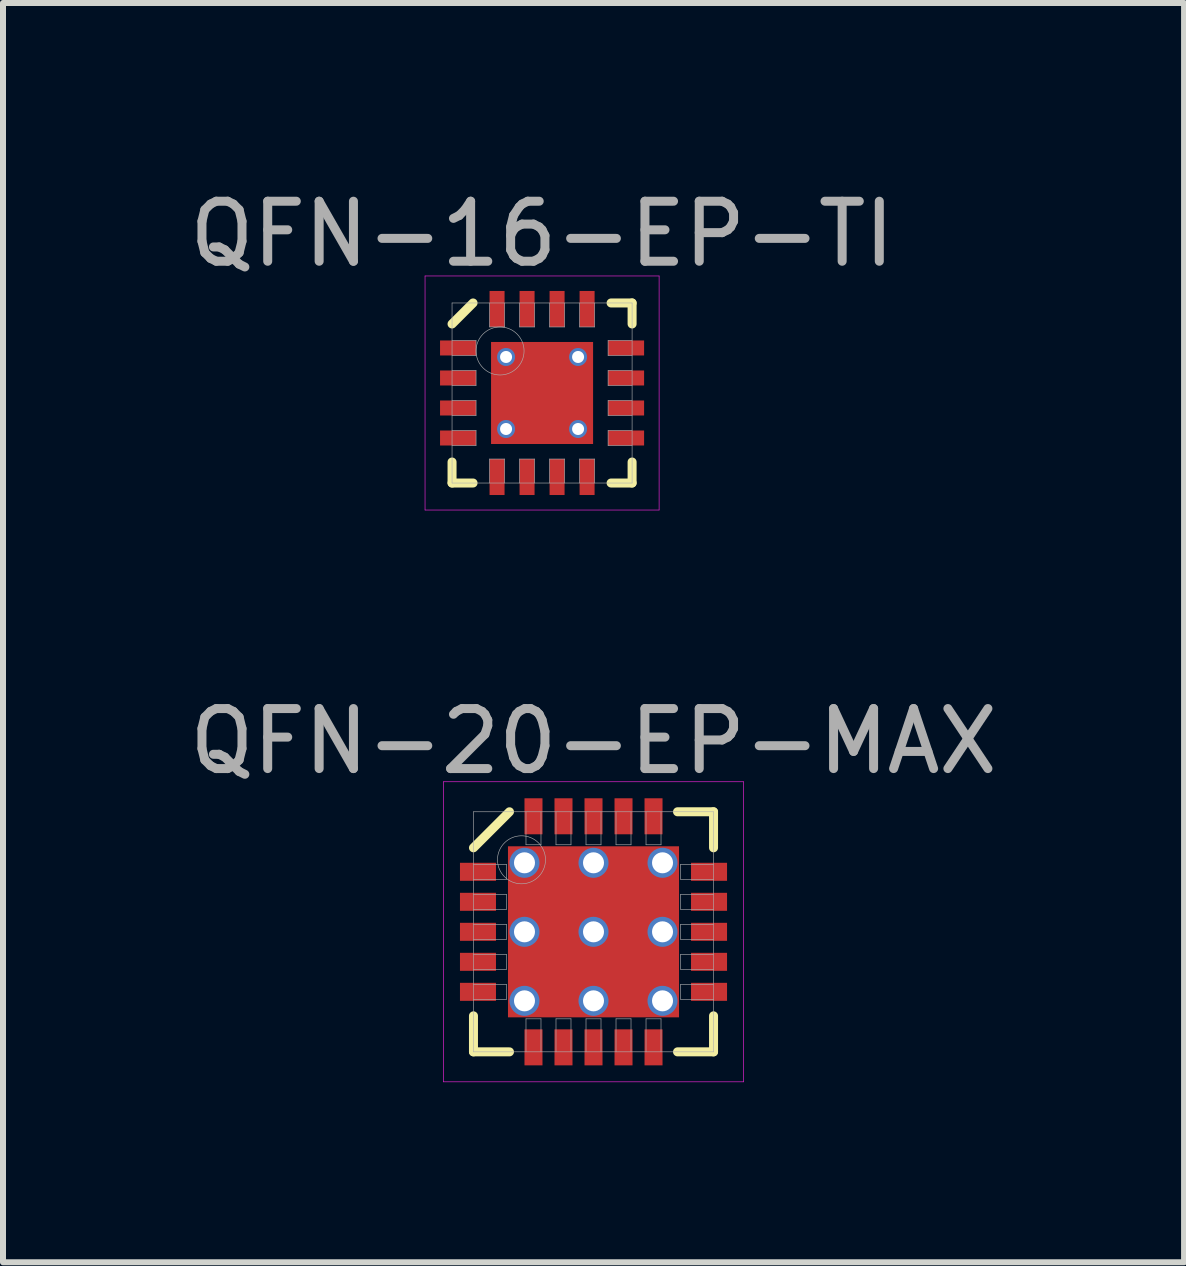
<source format=kicad_pcb>
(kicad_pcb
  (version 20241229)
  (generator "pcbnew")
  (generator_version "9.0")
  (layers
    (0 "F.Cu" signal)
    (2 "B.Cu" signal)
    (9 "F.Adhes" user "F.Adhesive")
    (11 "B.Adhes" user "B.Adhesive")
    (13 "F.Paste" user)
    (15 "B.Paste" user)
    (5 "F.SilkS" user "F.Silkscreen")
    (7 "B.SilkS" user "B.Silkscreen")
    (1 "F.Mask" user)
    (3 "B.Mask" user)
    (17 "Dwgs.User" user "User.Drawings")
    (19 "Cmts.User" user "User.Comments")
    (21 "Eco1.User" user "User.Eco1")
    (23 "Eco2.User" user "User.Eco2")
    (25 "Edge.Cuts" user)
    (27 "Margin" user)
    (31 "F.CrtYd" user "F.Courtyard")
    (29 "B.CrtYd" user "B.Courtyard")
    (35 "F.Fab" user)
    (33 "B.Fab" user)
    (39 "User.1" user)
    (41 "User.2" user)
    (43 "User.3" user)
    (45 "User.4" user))
  (footprint "QFN-16-EP-TI"
    (layer "F.Cu")
    (at 5.982 3.498)
    (property "Reference" "QFN-16-EP-TI" (at 0 -2.65 0) (layer "F.Fab") (effects (font (size 1 1) (thickness 0.15))))
    (attr through_hole)
    (fp_line (start -1.5 -1.15) (end -1.15 -1.5) (stroke (width 0.15) (type solid)) (layer "F.SilkS"))
    (fp_line (start -1.5 1.5) (end -1.5 1.15) (stroke (width 0.15) (type solid)) (layer "F.SilkS"))
    (fp_line (start -1.15 1.5) (end -1.5 1.5) (stroke (width 0.15) (type solid)) (layer "F.SilkS"))
    (fp_line (start 1.15 -1.5) (end 1.5 -1.5) (stroke (width 0.15) (type solid)) (layer "F.SilkS"))
    (fp_line (start 1.15 1.5) (end 1.5 1.5) (stroke (width 0.15) (type solid)) (layer "F.SilkS"))
    (fp_line (start 1.5 -1.5) (end 1.5 -1.15) (stroke (width 0.15) (type solid)) (layer "F.SilkS"))
    (fp_line (start 1.5 1.5) (end 1.5 1.15) (stroke (width 0.15) (type solid)) (layer "F.SilkS"))
    (fp_line (start -1.95 -1.95) (end 1.95 -1.95) (stroke (width 0.01) (type solid)) (layer "F.CrtYd"))
    (fp_line (start -1.95 1.95) (end -1.95 -1.95) (stroke (width 0.01) (type solid)) (layer "F.CrtYd"))
    (fp_line (start 1.95 -1.95) (end 1.95 1.95) (stroke (width 0.01) (type solid)) (layer "F.CrtYd"))
    (fp_line (start 1.95 1.95) (end -1.95 1.95) (stroke (width 0.01) (type solid)) (layer "F.CrtYd"))
    (fp_line (start -1.5 -1.5) (end 1.5 -1.5) (stroke (width 0.01) (type solid)) (layer "F.Fab"))
    (fp_line (start -1.5 -0.625) (end -1.1 -0.625) (stroke (width 0.01) (type solid)) (layer "F.Fab"))
    (fp_line (start -1.5 -0.125) (end -1.1 -0.125) (stroke (width 0.01) (type solid)) (layer "F.Fab"))
    (fp_line (start -1.5 0.375) (end -1.1 0.375) (stroke (width 0.01) (type solid)) (layer "F.Fab"))
    (fp_line (start -1.5 0.875) (end -1.1 0.875) (stroke (width 0.01) (type solid)) (layer "F.Fab"))
    (fp_line (start -1.5 1.5) (end -1.5 -1.5) (stroke (width 0.01) (type solid)) (layer "F.Fab"))
    (fp_line (start -1.1 -0.875) (end -1.5 -0.875) (stroke (width 0.01) (type solid)) (layer "F.Fab"))
    (fp_line (start -1.1 -0.625) (end -1.1 -0.875) (stroke (width 0.01) (type solid)) (layer "F.Fab"))
    (fp_line (start -1.1 -0.375) (end -1.5 -0.375) (stroke (width 0.01) (type solid)) (layer "F.Fab"))
    (fp_line (start -1.1 -0.125) (end -1.1 -0.375) (stroke (width 0.01) (type solid)) (layer "F.Fab"))
    (fp_line (start -1.1 0.125) (end -1.5 0.125) (stroke (width 0.01) (type solid)) (layer "F.Fab"))
    (fp_line (start -1.1 0.375) (end -1.1 0.125) (stroke (width 0.01) (type solid)) (layer "F.Fab"))
    (fp_line (start -1.1 0.625) (end -1.5 0.625) (stroke (width 0.01) (type solid)) (layer "F.Fab"))
    (fp_line (start -1.1 0.875) (end -1.1 0.625) (stroke (width 0.01) (type solid)) (layer "F.Fab"))
    (fp_line (start -0.875 -1.5) (end -0.875 -1.1) (stroke (width 0.01) (type solid)) (layer "F.Fab"))
    (fp_line (start -0.875 -1.1) (end -0.625 -1.1) (stroke (width 0.01) (type solid)) (layer "F.Fab"))
    (fp_line (start -0.875 1.1) (end -0.875 1.5) (stroke (width 0.01) (type solid)) (layer "F.Fab"))
    (fp_line (start -0.625 -1.1) (end -0.625 -1.5) (stroke (width 0.01) (type solid)) (layer "F.Fab"))
    (fp_line (start -0.625 1.1) (end -0.875 1.1) (stroke (width 0.01) (type solid)) (layer "F.Fab"))
    (fp_line (start -0.625 1.5) (end -0.625 1.1) (stroke (width 0.01) (type solid)) (layer "F.Fab"))
    (fp_line (start -0.375 -1.5) (end -0.375 -1.1) (stroke (width 0.01) (type solid)) (layer "F.Fab"))
    (fp_line (start -0.375 -1.1) (end -0.125 -1.1) (stroke (width 0.01) (type solid)) (layer "F.Fab"))
    (fp_line (start -0.375 1.1) (end -0.375 1.5) (stroke (width 0.01) (type solid)) (layer "F.Fab"))
    (fp_line (start -0.125 -1.1) (end -0.125 -1.5) (stroke (width 0.01) (type solid)) (layer "F.Fab"))
    (fp_line (start -0.125 1.1) (end -0.375 1.1) (stroke (width 0.01) (type solid)) (layer "F.Fab"))
    (fp_line (start -0.125 1.5) (end -0.125 1.1) (stroke (width 0.01) (type solid)) (layer "F.Fab"))
    (fp_line (start 0.125 -1.5) (end 0.125 -1.1) (stroke (width 0.01) (type solid)) (layer "F.Fab"))
    (fp_line (start 0.125 -1.1) (end 0.375 -1.1) (stroke (width 0.01) (type solid)) (layer "F.Fab"))
    (fp_line (start 0.125 1.1) (end 0.125 1.5) (stroke (width 0.01) (type solid)) (layer "F.Fab"))
    (fp_line (start 0.375 -1.1) (end 0.375 -1.5) (stroke (width 0.01) (type solid)) (layer "F.Fab"))
    (fp_line (start 0.375 1.1) (end 0.125 1.1) (stroke (width 0.01) (type solid)) (layer "F.Fab"))
    (fp_line (start 0.375 1.5) (end 0.375 1.1) (stroke (width 0.01) (type solid)) (layer "F.Fab"))
    (fp_line (start 0.625 -1.5) (end 0.625 -1.1) (stroke (width 0.01) (type solid)) (layer "F.Fab"))
    (fp_line (start 0.625 -1.1) (end 0.875 -1.1) (stroke (width 0.01) (type solid)) (layer "F.Fab"))
    (fp_line (start 0.625 1.1) (end 0.625 1.5) (stroke (width 0.01) (type solid)) (layer "F.Fab"))
    (fp_line (start 0.875 -1.1) (end 0.875 -1.5) (stroke (width 0.01) (type solid)) (layer "F.Fab"))
    (fp_line (start 0.875 1.1) (end 0.625 1.1) (stroke (width 0.01) (type solid)) (layer "F.Fab"))
    (fp_line (start 0.875 1.5) (end 0.875 1.1) (stroke (width 0.01) (type solid)) (layer "F.Fab"))
    (fp_line (start 1.1 -0.875) (end 1.1 -0.625) (stroke (width 0.01) (type solid)) (layer "F.Fab"))
    (fp_line (start 1.1 -0.625) (end 1.5 -0.625) (stroke (width 0.01) (type solid)) (layer "F.Fab"))
    (fp_line (start 1.1 -0.375) (end 1.1 -0.125) (stroke (width 0.01) (type solid)) (layer "F.Fab"))
    (fp_line (start 1.1 -0.125) (end 1.5 -0.125) (stroke (width 0.01) (type solid)) (layer "F.Fab"))
    (fp_line (start 1.1 0.125) (end 1.1 0.375) (stroke (width 0.01) (type solid)) (layer "F.Fab"))
    (fp_line (start 1.1 0.375) (end 1.5 0.375) (stroke (width 0.01) (type solid)) (layer "F.Fab"))
    (fp_line (start 1.1 0.625) (end 1.1 0.875) (stroke (width 0.01) (type solid)) (layer "F.Fab"))
    (fp_line (start 1.1 0.875) (end 1.5 0.875) (stroke (width 0.01) (type solid)) (layer "F.Fab"))
    (fp_line (start 1.5 -1.5) (end 1.5 1.5) (stroke (width 0.01) (type solid)) (layer "F.Fab"))
    (fp_line (start 1.5 -0.875) (end 1.1 -0.875) (stroke (width 0.01) (type solid)) (layer "F.Fab"))
    (fp_line (start 1.5 -0.375) (end 1.1 -0.375) (stroke (width 0.01) (type solid)) (layer "F.Fab"))
    (fp_line (start 1.5 0.125) (end 1.1 0.125) (stroke (width 0.01) (type solid)) (layer "F.Fab"))
    (fp_line (start 1.5 0.625) (end 1.1 0.625) (stroke (width 0.01) (type solid)) (layer "F.Fab"))
    (fp_line (start 1.5 1.5) (end -1.5 1.5) (stroke (width 0.01) (type solid)) (layer "F.Fab"))
    (fp_circle (center -0.7 -0.7) (end -0.7 -0.3) (stroke (width 0.01) (type solid)) (fill no) (layer "F.Fab"))
    (pad "" smd rect (at 0 0) (size 1.5 1.5) (layers "F.Paste"))
    (pad "1" smd rect (at -1.4 -0.75) (size 0.6 0.25) (layers "F.Cu" "F.Mask" "F.Paste"))
    (pad "2" smd rect (at -1.4 -0.25) (size 0.6 0.25) (layers "F.Cu" "F.Mask" "F.Paste"))
    (pad "3" smd rect (at -1.4 0.25) (size 0.6 0.25) (layers "F.Cu" "F.Mask" "F.Paste"))
    (pad "4" smd rect (at -1.4 0.75) (size 0.6 0.25) (layers "F.Cu" "F.Mask" "F.Paste"))
    (pad "5" smd rect (at -0.75 1.4) (size 0.25 0.6) (layers "F.Cu" "F.Mask" "F.Paste"))
    (pad "6" smd rect (at -0.25 1.4) (size 0.25 0.6) (layers "F.Cu" "F.Mask" "F.Paste"))
    (pad "7" smd rect (at 0.25 1.4) (size 0.25 0.6) (layers "F.Cu" "F.Mask" "F.Paste"))
    (pad "8" smd rect (at 0.75 1.4) (size 0.25 0.6) (layers "F.Cu" "F.Mask" "F.Paste"))
    (pad "9" smd rect (at 1.4 0.75) (size 0.6 0.25) (layers "F.Cu" "F.Mask" "F.Paste"))
    (pad "10" smd rect (at 1.4 0.25) (size 0.6 0.25) (layers "F.Cu" "F.Mask" "F.Paste"))
    (pad "11" smd rect (at 1.4 -0.25) (size 0.6 0.25) (layers "F.Cu" "F.Mask" "F.Paste"))
    (pad "12" smd rect (at 1.4 -0.75) (size 0.6 0.25) (layers "F.Cu" "F.Mask" "F.Paste"))
    (pad "13" smd rect (at 0.75 -1.4) (size 0.25 0.6) (layers "F.Cu" "F.Mask" "F.Paste"))
    (pad "14" smd rect (at 0.25 -1.4) (size 0.25 0.6) (layers "F.Cu" "F.Mask" "F.Paste"))
    (pad "15" smd rect (at -0.25 -1.4) (size 0.25 0.6) (layers "F.Cu" "F.Mask" "F.Paste"))
    (pad "16" smd rect (at -0.75 -1.4) (size 0.25 0.6) (layers "F.Cu" "F.Mask" "F.Paste"))
    (pad "EP" thru_hole circle (at -0.6 -0.6) (size 0.3 0.3) (drill 0.2) (layers "*.Cu"))
    (pad "EP" thru_hole circle (at -0.6 0.6) (size 0.3 0.3) (drill 0.2) (layers "*.Cu"))
    (pad "EP" smd rect (at 0 0) (size 1.7 1.7) (layers "F.Cu" "F.Mask"))
    (pad "EP" thru_hole circle (at 0.6 -0.6) (size 0.3 0.3) (drill 0.2) (layers "*.Cu"))
    (pad "EP" thru_hole circle (at 0.6 0.6) (size 0.3 0.3) (drill 0.2) (layers "*.Cu")))
  (footprint "QFN-20-EP-MAX"
    (layer "F.Cu")
    (at 6.839 12.476)
    (property "Reference" "QFN-20-EP-MAX" (at 0 -3.175 0) (layer "F.Fab") (effects (font (size 1 1) (thickness 0.15))))
    (attr through_hole)
    (fp_line (start -2 -1.4) (end -1.4 -2) (stroke (width 0.15) (type solid)) (layer "F.SilkS"))
    (fp_line (start -2 2) (end -2 1.4) (stroke (width 0.15) (type solid)) (layer "F.SilkS"))
    (fp_line (start -1.4 2) (end -2 2) (stroke (width 0.15) (type solid)) (layer "F.SilkS"))
    (fp_line (start 1.4 -2) (end 2 -2) (stroke (width 0.15) (type solid)) (layer "F.SilkS"))
    (fp_line (start 1.4 2) (end 2 2) (stroke (width 0.15) (type solid)) (layer "F.SilkS"))
    (fp_line (start 2 -2) (end 2 -1.4) (stroke (width 0.15) (type solid)) (layer "F.SilkS"))
    (fp_line (start 2 2) (end 2 1.4) (stroke (width 0.15) (type solid)) (layer "F.SilkS"))
    (fp_line (start -2.5 -2.5) (end 2.5 -2.5) (stroke (width 0.01) (type solid)) (layer "F.CrtYd"))
    (fp_line (start -2.5 2.5) (end -2.5 -2.5) (stroke (width 0.01) (type solid)) (layer "F.CrtYd"))
    (fp_line (start 2.5 -2.5) (end 2.5 2.5) (stroke (width 0.01) (type solid)) (layer "F.CrtYd"))
    (fp_line (start 2.5 2.5) (end -2.5 2.5) (stroke (width 0.01) (type solid)) (layer "F.CrtYd"))
    (fp_line (start -2 -2) (end 2 -2) (stroke (width 0.01) (type solid)) (layer "F.Fab"))
    (fp_line (start -2 -0.875) (end -1.45 -0.875) (stroke (width 0.01) (type solid)) (layer "F.Fab"))
    (fp_line (start -2 -0.375) (end -1.45 -0.375) (stroke (width 0.01) (type solid)) (layer "F.Fab"))
    (fp_line (start -2 0.125) (end -1.45 0.125) (stroke (width 0.01) (type solid)) (layer "F.Fab"))
    (fp_line (start -2 0.625) (end -1.45 0.625) (stroke (width 0.01) (type solid)) (layer "F.Fab"))
    (fp_line (start -2 1.125) (end -1.45 1.125) (stroke (width 0.01) (type solid)) (layer "F.Fab"))
    (fp_line (start -2 2) (end -2 -2) (stroke (width 0.01) (type solid)) (layer "F.Fab"))
    (fp_line (start -1.45 -1.125) (end -2 -1.125) (stroke (width 0.01) (type solid)) (layer "F.Fab"))
    (fp_line (start -1.45 -0.875) (end -1.45 -1.125) (stroke (width 0.01) (type solid)) (layer "F.Fab"))
    (fp_line (start -1.45 -0.625) (end -2 -0.625) (stroke (width 0.01) (type solid)) (layer "F.Fab"))
    (fp_line (start -1.45 -0.375) (end -1.45 -0.625) (stroke (width 0.01) (type solid)) (layer "F.Fab"))
    (fp_line (start -1.45 -0.125) (end -2 -0.125) (stroke (width 0.01) (type solid)) (layer "F.Fab"))
    (fp_line (start -1.45 0.125) (end -1.45 -0.125) (stroke (width 0.01) (type solid)) (layer "F.Fab"))
    (fp_line (start -1.45 0.375) (end -2 0.375) (stroke (width 0.01) (type solid)) (layer "F.Fab"))
    (fp_line (start -1.45 0.625) (end -1.45 0.375) (stroke (width 0.01) (type solid)) (layer "F.Fab"))
    (fp_line (start -1.45 0.875) (end -2 0.875) (stroke (width 0.01) (type solid)) (layer "F.Fab"))
    (fp_line (start -1.45 1.125) (end -1.45 0.875) (stroke (width 0.01) (type solid)) (layer "F.Fab"))
    (fp_line (start -1.125 -2) (end -1.125 -1.45) (stroke (width 0.01) (type solid)) (layer "F.Fab"))
    (fp_line (start -1.125 -1.45) (end -0.875 -1.45) (stroke (width 0.01) (type solid)) (layer "F.Fab"))
    (fp_line (start -1.125 1.45) (end -1.125 2) (stroke (width 0.01) (type solid)) (layer "F.Fab"))
    (fp_line (start -0.875 -1.45) (end -0.875 -2) (stroke (width 0.01) (type solid)) (layer "F.Fab"))
    (fp_line (start -0.875 1.45) (end -1.125 1.45) (stroke (width 0.01) (type solid)) (layer "F.Fab"))
    (fp_line (start -0.875 2) (end -0.875 1.45) (stroke (width 0.01) (type solid)) (layer "F.Fab"))
    (fp_line (start -0.625 -2) (end -0.625 -1.45) (stroke (width 0.01) (type solid)) (layer "F.Fab"))
    (fp_line (start -0.625 -1.45) (end -0.375 -1.45) (stroke (width 0.01) (type solid)) (layer "F.Fab"))
    (fp_line (start -0.625 1.45) (end -0.625 2) (stroke (width 0.01) (type solid)) (layer "F.Fab"))
    (fp_line (start -0.375 -1.45) (end -0.375 -2) (stroke (width 0.01) (type solid)) (layer "F.Fab"))
    (fp_line (start -0.375 1.45) (end -0.625 1.45) (stroke (width 0.01) (type solid)) (layer "F.Fab"))
    (fp_line (start -0.375 2) (end -0.375 1.45) (stroke (width 0.01) (type solid)) (layer "F.Fab"))
    (fp_line (start -0.125 -2) (end -0.125 -1.45) (stroke (width 0.01) (type solid)) (layer "F.Fab"))
    (fp_line (start -0.125 -1.45) (end 0.125 -1.45) (stroke (width 0.01) (type solid)) (layer "F.Fab"))
    (fp_line (start -0.125 1.45) (end -0.125 2) (stroke (width 0.01) (type solid)) (layer "F.Fab"))
    (fp_line (start 0.125 -1.45) (end 0.125 -2) (stroke (width 0.01) (type solid)) (layer "F.Fab"))
    (fp_line (start 0.125 1.45) (end -0.125 1.45) (stroke (width 0.01) (type solid)) (layer "F.Fab"))
    (fp_line (start 0.125 2) (end 0.125 1.45) (stroke (width 0.01) (type solid)) (layer "F.Fab"))
    (fp_line (start 0.375 -2) (end 0.375 -1.45) (stroke (width 0.01) (type solid)) (layer "F.Fab"))
    (fp_line (start 0.375 -1.45) (end 0.625 -1.45) (stroke (width 0.01) (type solid)) (layer "F.Fab"))
    (fp_line (start 0.375 1.45) (end 0.375 2) (stroke (width 0.01) (type solid)) (layer "F.Fab"))
    (fp_line (start 0.625 -1.45) (end 0.625 -2) (stroke (width 0.01) (type solid)) (layer "F.Fab"))
    (fp_line (start 0.625 1.45) (end 0.375 1.45) (stroke (width 0.01) (type solid)) (layer "F.Fab"))
    (fp_line (start 0.625 2) (end 0.625 1.45) (stroke (width 0.01) (type solid)) (layer "F.Fab"))
    (fp_line (start 0.875 -2) (end 0.875 -1.45) (stroke (width 0.01) (type solid)) (layer "F.Fab"))
    (fp_line (start 0.875 -1.45) (end 1.125 -1.45) (stroke (width 0.01) (type solid)) (layer "F.Fab"))
    (fp_line (start 0.875 1.45) (end 0.875 2) (stroke (width 0.01) (type solid)) (layer "F.Fab"))
    (fp_line (start 1.125 -1.45) (end 1.125 -2) (stroke (width 0.01) (type solid)) (layer "F.Fab"))
    (fp_line (start 1.125 1.45) (end 0.875 1.45) (stroke (width 0.01) (type solid)) (layer "F.Fab"))
    (fp_line (start 1.125 2) (end 1.125 1.45) (stroke (width 0.01) (type solid)) (layer "F.Fab"))
    (fp_line (start 1.45 -1.125) (end 1.45 -0.875) (stroke (width 0.01) (type solid)) (layer "F.Fab"))
    (fp_line (start 1.45 -0.875) (end 2 -0.875) (stroke (width 0.01) (type solid)) (layer "F.Fab"))
    (fp_line (start 1.45 -0.625) (end 1.45 -0.375) (stroke (width 0.01) (type solid)) (layer "F.Fab"))
    (fp_line (start 1.45 -0.375) (end 2 -0.375) (stroke (width 0.01) (type solid)) (layer "F.Fab"))
    (fp_line (start 1.45 -0.125) (end 1.45 0.125) (stroke (width 0.01) (type solid)) (layer "F.Fab"))
    (fp_line (start 1.45 0.125) (end 2 0.125) (stroke (width 0.01) (type solid)) (layer "F.Fab"))
    (fp_line (start 1.45 0.375) (end 1.45 0.625) (stroke (width 0.01) (type solid)) (layer "F.Fab"))
    (fp_line (start 1.45 0.625) (end 2 0.625) (stroke (width 0.01) (type solid)) (layer "F.Fab"))
    (fp_line (start 1.45 0.875) (end 1.45 1.125) (stroke (width 0.01) (type solid)) (layer "F.Fab"))
    (fp_line (start 1.45 1.125) (end 2 1.125) (stroke (width 0.01) (type solid)) (layer "F.Fab"))
    (fp_line (start 2 -2) (end 2 2) (stroke (width 0.01) (type solid)) (layer "F.Fab"))
    (fp_line (start 2 -1.125) (end 1.45 -1.125) (stroke (width 0.01) (type solid)) (layer "F.Fab"))
    (fp_line (start 2 -0.625) (end 1.45 -0.625) (stroke (width 0.01) (type solid)) (layer "F.Fab"))
    (fp_line (start 2 -0.125) (end 1.45 -0.125) (stroke (width 0.01) (type solid)) (layer "F.Fab"))
    (fp_line (start 2 0.375) (end 1.45 0.375) (stroke (width 0.01) (type solid)) (layer "F.Fab"))
    (fp_line (start 2 0.875) (end 1.45 0.875) (stroke (width 0.01) (type solid)) (layer "F.Fab"))
    (fp_line (start 2 2) (end -2 2) (stroke (width 0.01) (type solid)) (layer "F.Fab"))
    (fp_circle (center -1.2 -1.2) (end -1.2 -0.8) (stroke (width 0.01) (type solid)) (fill no) (layer "F.Fab"))
    (pad "" smd rect (at -0.565 -0.565) (size 0.85 0.85) (layers "F.Mask"))
    (pad "" smd rect (at -0.565 -0.565) (size 0.85 0.85) (layers "F.Paste"))
    (pad "" smd rect (at -0.565 0.565) (size 0.85 0.85) (layers "F.Mask"))
    (pad "" smd rect (at -0.565 0.565) (size 0.85 0.85) (layers "F.Paste"))
    (pad "" smd rect (at 0.565 -0.565) (size 0.85 0.85) (layers "F.Mask"))
    (pad "" smd rect (at 0.565 -0.565) (size 0.85 0.85) (layers "F.Paste"))
    (pad "" smd rect (at 0.565 0.565) (size 0.85 0.85) (layers "F.Mask"))
    (pad "" smd rect (at 0.565 0.565) (size 0.85 0.85) (layers "F.Paste"))
    (pad "1" smd rect (at -1.925 -1) (size 0.6 0.3) (layers "F.Cu" "F.Mask" "F.Paste"))
    (pad "2" smd rect (at -1.925 -0.5) (size 0.6 0.3) (layers "F.Cu" "F.Mask" "F.Paste"))
    (pad "3" smd rect (at -1.925 0) (size 0.6 0.3) (layers "F.Cu" "F.Mask" "F.Paste"))
    (pad "4" smd rect (at -1.925 0.5) (size 0.6 0.3) (layers "F.Cu" "F.Mask" "F.Paste"))
    (pad "5" smd rect (at -1.925 1) (size 0.6 0.3) (layers "F.Cu" "F.Mask" "F.Paste"))
    (pad "6" smd rect (at -1 1.925) (size 0.3 0.6) (layers "F.Cu" "F.Mask" "F.Paste"))
    (pad "7" smd rect (at -0.5 1.925) (size 0.3 0.6) (layers "F.Cu" "F.Mask" "F.Paste"))
    (pad "8" smd rect (at 0 1.925) (size 0.3 0.6) (layers "F.Cu" "F.Mask" "F.Paste"))
    (pad "9" smd rect (at 0.5 1.925) (size 0.3 0.6) (layers "F.Cu" "F.Mask" "F.Paste"))
    (pad "10" smd rect (at 1 1.925) (size 0.3 0.6) (layers "F.Cu" "F.Mask" "F.Paste"))
    (pad "11" smd rect (at 1.925 1) (size 0.6 0.3) (layers "F.Cu" "F.Mask" "F.Paste"))
    (pad "12" smd rect (at 1.925 0.5) (size 0.6 0.3) (layers "F.Cu" "F.Mask" "F.Paste"))
    (pad "13" smd rect (at 1.925 0) (size 0.6 0.3) (layers "F.Cu" "F.Mask" "F.Paste"))
    (pad "14" smd rect (at 1.925 -0.5) (size 0.6 0.3) (layers "F.Cu" "F.Mask" "F.Paste"))
    (pad "15" smd rect (at 1.925 -1) (size 0.6 0.3) (layers "F.Cu" "F.Mask" "F.Paste"))
    (pad "16" smd rect (at 1 -1.925) (size 0.3 0.6) (layers "F.Cu" "F.Mask" "F.Paste"))
    (pad "17" smd rect (at 0.5 -1.925) (size 0.3 0.6) (layers "F.Cu" "F.Mask" "F.Paste"))
    (pad "18" smd rect (at 0 -1.925) (size 0.3 0.6) (layers "F.Cu" "F.Mask" "F.Paste"))
    (pad "19" smd rect (at -0.5 -1.925) (size 0.3 0.6) (layers "F.Cu" "F.Mask" "F.Paste"))
    (pad "20" smd rect (at -1 -1.925) (size 0.3 0.6) (layers "F.Cu" "F.Mask" "F.Paste"))
    (pad "EP" thru_hole circle (at -1.15 -1.15) (size 0.5 0.5) (drill 0.35) (layers "*.Cu"))
    (pad "EP" thru_hole circle (at -1.15 0) (size 0.5 0.5) (drill 0.35) (layers "*.Cu"))
    (pad "EP" thru_hole circle (at -1.15 1.15) (size 0.5 0.5) (drill 0.35) (layers "*.Cu"))
    (pad "EP" thru_hole circle (at 0 -1.15) (size 0.5 0.5) (drill 0.35) (layers "*.Cu"))
    (pad "EP" thru_hole circle (at 0 0) (size 0.5 0.5) (drill 0.35) (layers "*.Cu"))
    (pad "EP" smd rect (at 0 0) (size 2.85 2.85) (layers "F.Cu"))
    (pad "EP" thru_hole circle (at 0 1.15) (size 0.5 0.5) (drill 0.35) (layers "*.Cu"))
    (pad "EP" thru_hole circle (at 1.15 -1.15) (size 0.5 0.5) (drill 0.35) (layers "*.Cu"))
    (pad "EP" thru_hole circle (at 1.15 0) (size 0.5 0.5) (drill 0.35) (layers "*.Cu"))
    (pad "EP" thru_hole circle (at 1.15 1.15) (size 0.5 0.5) (drill 0.35) (layers "*.Cu")))
  (gr_rect
    (start -3 -3)
    (end 16.679 17.982)
    (stroke (width 0.1) (type default))
    (fill no)
    (layer "Edge.Cuts")))
</source>
